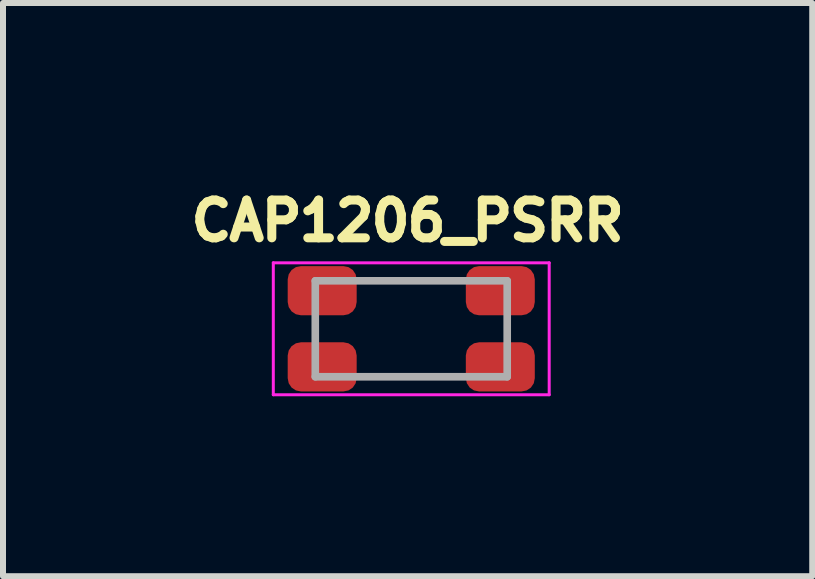
<source format=kicad_pcb>
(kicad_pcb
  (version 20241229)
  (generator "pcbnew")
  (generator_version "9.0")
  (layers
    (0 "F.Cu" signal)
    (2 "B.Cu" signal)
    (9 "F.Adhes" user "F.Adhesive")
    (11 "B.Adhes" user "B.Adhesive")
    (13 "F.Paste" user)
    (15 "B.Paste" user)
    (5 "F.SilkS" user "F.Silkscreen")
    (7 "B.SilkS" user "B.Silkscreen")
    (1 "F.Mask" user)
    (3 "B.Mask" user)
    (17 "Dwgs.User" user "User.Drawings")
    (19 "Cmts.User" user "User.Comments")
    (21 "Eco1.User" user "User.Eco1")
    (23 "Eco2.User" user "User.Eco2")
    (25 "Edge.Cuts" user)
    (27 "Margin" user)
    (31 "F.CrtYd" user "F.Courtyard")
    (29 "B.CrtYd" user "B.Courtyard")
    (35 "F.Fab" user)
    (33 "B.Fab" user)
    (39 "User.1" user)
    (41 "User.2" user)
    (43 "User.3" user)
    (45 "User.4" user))
  (footprint "CAP1206_PSRR"
    (layer "F.Cu")
    (at 3.807 2.432)
    (property "Reference" "CAP1206_PSRR" (at -0.06 -1.8 0) (layer "F.SilkS") (effects (font (size 0.63 0.63) (thickness 0.15))))
    (attr smd)
    (fp_line (start -2.3 -1.1) (end -2.3 1.1) (stroke (width 0.05) (type solid)) (layer "F.CrtYd"))
    (fp_line (start -2.3 1.1) (end 2.3 1.1) (stroke (width 0.05) (type solid)) (layer "F.CrtYd"))
    (fp_line (start 2.3 -1.1) (end -2.3 -1.1) (stroke (width 0.05) (type solid)) (layer "F.CrtYd"))
    (fp_line (start 2.3 1.1) (end 2.3 -1.1) (stroke (width 0.05) (type solid)) (layer "F.CrtYd"))
    (fp_line (start -1.6 -0.8) (end -1.6 0.8) (stroke (width 0.127) (type solid)) (layer "F.Fab"))
    (fp_line (start -1.6 0.8) (end 1.6 0.8) (stroke (width 0.127) (type solid)) (layer "F.Fab"))
    (fp_line (start 1.6 -0.8) (end -1.6 -0.8) (stroke (width 0.127) (type solid)) (layer "F.Fab"))
    (fp_line (start 1.6 0.8) (end 1.6 -0.8) (stroke (width 0.127) (type solid)) (layer "F.Fab"))
    (pad "1" smd roundrect (at -1.485 -0.635) (size 1.15 0.82) (layers "F.Cu" "F.Mask" "F.Paste") (roundrect_rratio 0.27))
    (pad "2" smd roundrect (at 1.485 -0.635) (size 1.15 0.82) (layers "F.Cu" "F.Mask" "F.Paste") (roundrect_rratio 0.27))
    (pad "3" smd roundrect (at -1.485 0.635) (size 1.15 0.82) (layers "F.Cu" "F.Mask" "F.Paste") (roundrect_rratio 0.27))
    (pad "4" smd roundrect (at 1.485 0.635) (size 1.15 0.82) (layers "F.Cu" "F.Mask" "F.Paste") (roundrect_rratio 0.27)))
  (gr_rect
    (start -3 -3)
    (end 10.493 6.557)
    (stroke (width 0.1) (type default))
    (fill no)
    (layer "Edge.Cuts")))
</source>
